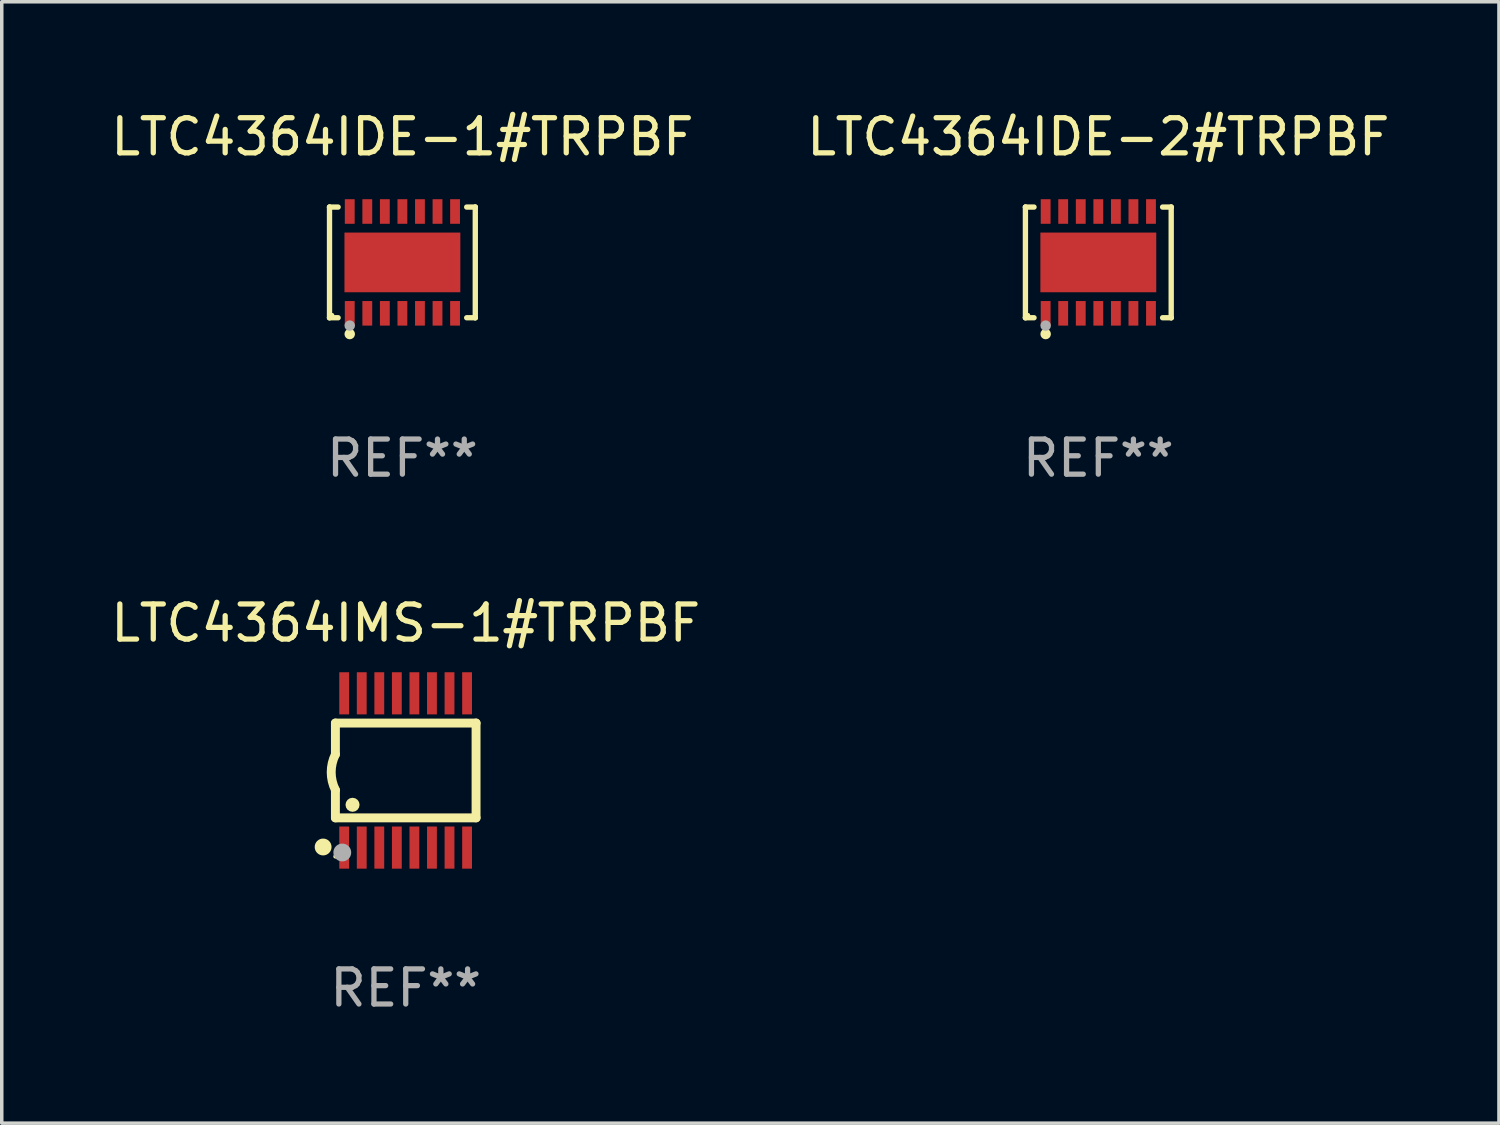
<source format=kicad_pcb>
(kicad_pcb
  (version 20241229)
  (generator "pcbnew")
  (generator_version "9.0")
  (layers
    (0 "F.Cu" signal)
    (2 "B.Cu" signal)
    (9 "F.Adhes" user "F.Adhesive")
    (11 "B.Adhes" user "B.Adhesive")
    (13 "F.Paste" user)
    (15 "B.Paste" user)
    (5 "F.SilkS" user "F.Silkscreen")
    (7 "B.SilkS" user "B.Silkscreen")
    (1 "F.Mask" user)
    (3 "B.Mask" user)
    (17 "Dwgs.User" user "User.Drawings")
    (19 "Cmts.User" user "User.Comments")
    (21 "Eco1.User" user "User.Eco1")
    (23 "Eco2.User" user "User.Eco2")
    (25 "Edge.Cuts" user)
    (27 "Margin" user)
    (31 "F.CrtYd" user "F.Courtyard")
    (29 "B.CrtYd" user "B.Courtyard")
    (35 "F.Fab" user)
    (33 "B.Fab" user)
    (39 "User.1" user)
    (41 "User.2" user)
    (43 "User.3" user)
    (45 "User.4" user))
  (footprint "LTC4364IMS-1#TRPBF"
    (layer "F.Cu")
    (at 8.506 18.894)
    (property "Reference" "LTC4364IMS-1#TRPBF" (at 0 -4.197 0) (layer "F.SilkS") (effects (font (size 1 1) (thickness 0.15))))
    (attr through_hole)
    (fp_line (start -2.003 -1.35) (end -2.003 -0.457) (stroke (width 0.254) (type solid)) (layer "F.SilkS"))
    (fp_line (start -2.003 -1.35) (end 2.003 -1.35) (stroke (width 0.254) (type solid)) (layer "F.SilkS"))
    (fp_line (start -2.003 1.35) (end -2.003 0.559) (stroke (width 0.254) (type solid)) (layer "F.SilkS"))
    (fp_line (start -2.003 1.35) (end 2.003 1.35) (stroke (width 0.254) (type solid)) (layer "F.SilkS"))
    (fp_line (start 2.003 -1.35) (end 2.003 1.35) (stroke (width 0.254) (type solid)) (layer "F.SilkS"))
    (fp_arc (start -2.002286 0.558802) (mid -2.122556 0.05092) (end -2.003302 -0.457201) (stroke (width 0.254001) (type solid)) (layer "F.SilkS"))
    (fp_circle (center -2.353 2.18) (end -2.233 2.18) (stroke (width 0.24) (type solid)) (fill no) (layer "F.SilkS"))
    (fp_circle (center -2.003 2.45) (end -1.973 2.45) (stroke (width 0.06) (type solid)) (fill no) (layer "F.SilkS"))
    (fp_circle (center -1.515 0.978) (end -1.415 0.978) (stroke (width 0.2) (type solid)) (fill no) (layer "F.SilkS"))
    (fp_circle (center -1.807 2.337) (end -1.68 2.337) (stroke (width 0.254) (type solid)) (fill no) (layer "F.Fab"))
    (fp_text user "REF**" (at 0 6.197 0) (layer "F.Fab") (effects (font (size 1 1) (thickness 0.15))))
    (pad "1" smd rect (at -1.753 2.197 90) (size 1.2 0.28) (layers "F.Cu" "F.Mask" "F.Paste"))
    (pad "2" smd rect (at -1.253 2.197 90) (size 1.2 0.28) (layers "F.Cu" "F.Mask" "F.Paste"))
    (pad "3" smd rect (at -0.753 2.197 90) (size 1.2 0.28) (layers "F.Cu" "F.Mask" "F.Paste"))
    (pad "4" smd rect (at -0.253 2.197 90) (size 1.2 0.28) (layers "F.Cu" "F.Mask" "F.Paste"))
    (pad "5" smd rect (at 0.247 2.197 90) (size 1.2 0.28) (layers "F.Cu" "F.Mask" "F.Paste"))
    (pad "6" smd rect (at 0.747 2.197 90) (size 1.2 0.28) (layers "F.Cu" "F.Mask" "F.Paste"))
    (pad "7" smd rect (at 1.247 2.197 90) (size 1.2 0.28) (layers "F.Cu" "F.Mask" "F.Paste"))
    (pad "8" smd rect (at 1.747 2.197 90) (size 1.2 0.28) (layers "F.Cu" "F.Mask" "F.Paste"))
    (pad "9" smd rect (at 1.747 -2.197 90) (size 1.2 0.28) (layers "F.Cu" "F.Mask" "F.Paste"))
    (pad "10" smd rect (at 1.247 -2.197 90) (size 1.2 0.28) (layers "F.Cu" "F.Mask" "F.Paste"))
    (pad "11" smd rect (at 0.747 -2.197 90) (size 1.2 0.28) (layers "F.Cu" "F.Mask" "F.Paste"))
    (pad "12" smd rect (at 0.247 -2.197 90) (size 1.2 0.28) (layers "F.Cu" "F.Mask" "F.Paste"))
    (pad "13" smd rect (at -0.253 -2.197 90) (size 1.2 0.28) (layers "F.Cu" "F.Mask" "F.Paste"))
    (pad "14" smd rect (at -0.753 -2.197 90) (size 1.2 0.28) (layers "F.Cu" "F.Mask" "F.Paste"))
    (pad "15" smd rect (at -1.253 -2.197 90) (size 1.2 0.28) (layers "F.Cu" "F.Mask" "F.Paste"))
    (pad "16" smd rect (at -1.753 -2.197 90) (size 1.2 0.28) (layers "F.Cu" "F.Mask" "F.Paste")))
  (footprint "LTC4364IDE-2#TRPBF"
    (layer "F.Cu")
    (at 28.232 4.424)
    (property "Reference" "LTC4364IDE-2#TRPBF" (at 0 -3.576 0) (layer "F.SilkS") (effects (font (size 1 1) (thickness 0.15))))
    (attr through_hole)
    (fp_line (start -2.076 -1.576) (end -2.076 -1.576) (stroke (width 0.152) (type solid)) (layer "F.SilkS"))
    (fp_line (start -2.076 -1.576) (end -1.831 -1.576) (stroke (width 0.152) (type solid)) (layer "F.SilkS"))
    (fp_line (start -2.076 1.576) (end -2.076 -1.576) (stroke (width 0.152) (type solid)) (layer "F.SilkS"))
    (fp_line (start -2.076 1.576) (end -2.076 1.576) (stroke (width 0.152) (type solid)) (layer "F.SilkS"))
    (fp_line (start -1.831 1.576) (end -2.076 1.576) (stroke (width 0.152) (type solid)) (layer "F.SilkS"))
    (fp_line (start 1.831 1.576) (end 2.076 1.576) (stroke (width 0.152) (type solid)) (layer "F.SilkS"))
    (fp_line (start 2.076 -1.576) (end 1.831 -1.576) (stroke (width 0.152) (type solid)) (layer "F.SilkS"))
    (fp_line (start 2.076 -1.576) (end 2.076 -1.576) (stroke (width 0.152) (type solid)) (layer "F.SilkS"))
    (fp_line (start 2.076 1.576) (end 2.076 -1.576) (stroke (width 0.152) (type solid)) (layer "F.SilkS"))
    (fp_line (start 2.076 1.576) (end 2.076 1.576) (stroke (width 0.152) (type solid)) (layer "F.SilkS"))
    (fp_circle (center -2 1.5) (end -1.97 1.5) (stroke (width 0.06) (type solid)) (fill no) (layer "F.SilkS"))
    (fp_circle (center -1.5 2.04) (end -1.425 2.04) (stroke (width 0.15) (type solid)) (fill no) (layer "F.SilkS"))
    (fp_circle (center -1.5 1.8) (end -1.425 1.8) (stroke (width 0.15) (type solid)) (fill no) (layer "F.Fab"))
    (fp_text user "REF**" (at 0 5.576 0) (layer "F.Fab") (effects (font (size 1 1) (thickness 0.15))))
    (pad "1" smd rect (at -1.5 1.45) (size 0.28 0.7) (layers "F.Cu" "F.Mask" "F.Paste"))
    (pad "2" smd rect (at -1 1.45) (size 0.28 0.7) (layers "F.Cu" "F.Mask" "F.Paste"))
    (pad "3" smd rect (at -0.5 1.45) (size 0.28 0.7) (layers "F.Cu" "F.Mask" "F.Paste"))
    (pad "4" smd rect (at 0 1.45) (size 0.28 0.7) (layers "F.Cu" "F.Mask" "F.Paste"))
    (pad "5" smd rect (at 0.5 1.45) (size 0.28 0.7) (layers "F.Cu" "F.Mask" "F.Paste"))
    (pad "6" smd rect (at 1 1.45) (size 0.28 0.7) (layers "F.Cu" "F.Mask" "F.Paste"))
    (pad "7" smd rect (at 1.5 1.45) (size 0.28 0.7) (layers "F.Cu" "F.Mask" "F.Paste"))
    (pad "8" smd rect (at 1.5 -1.45) (size 0.28 0.7) (layers "F.Cu" "F.Mask" "F.Paste"))
    (pad "9" smd rect (at 1 -1.45) (size 0.28 0.7) (layers "F.Cu" "F.Mask" "F.Paste"))
    (pad "10" smd rect (at 0.5 -1.45) (size 0.28 0.7) (layers "F.Cu" "F.Mask" "F.Paste"))
    (pad "11" smd rect (at 0 -1.45) (size 0.28 0.7) (layers "F.Cu" "F.Mask" "F.Paste"))
    (pad "12" smd rect (at -0.5 -1.45) (size 0.28 0.7) (layers "F.Cu" "F.Mask" "F.Paste"))
    (pad "13" smd rect (at -1 -1.45) (size 0.28 0.7) (layers "F.Cu" "F.Mask" "F.Paste"))
    (pad "14" smd rect (at -1.5 -1.45) (size 0.28 0.7) (layers "F.Cu" "F.Mask" "F.Paste"))
    (pad "15" smd rect (at 0 0) (size 3.3 1.7) (layers "F.Cu" "F.Mask" "F.Paste")))
  (footprint "LTC4364IDE-1#TRPBF"
    (layer "F.Cu")
    (at 8.411 4.424)
    (property "Reference" "LTC4364IDE-1#TRPBF" (at 0 -3.576 0) (layer "F.SilkS") (effects (font (size 1 1) (thickness 0.15))))
    (attr through_hole)
    (fp_line (start -2.076 -1.576) (end -2.076 -1.576) (stroke (width 0.152) (type solid)) (layer "F.SilkS"))
    (fp_line (start -2.076 -1.576) (end -1.831 -1.576) (stroke (width 0.152) (type solid)) (layer "F.SilkS"))
    (fp_line (start -2.076 1.576) (end -2.076 -1.576) (stroke (width 0.152) (type solid)) (layer "F.SilkS"))
    (fp_line (start -2.076 1.576) (end -2.076 1.576) (stroke (width 0.152) (type solid)) (layer "F.SilkS"))
    (fp_line (start -1.831 1.576) (end -2.076 1.576) (stroke (width 0.152) (type solid)) (layer "F.SilkS"))
    (fp_line (start 1.831 1.576) (end 2.076 1.576) (stroke (width 0.152) (type solid)) (layer "F.SilkS"))
    (fp_line (start 2.076 -1.576) (end 1.831 -1.576) (stroke (width 0.152) (type solid)) (layer "F.SilkS"))
    (fp_line (start 2.076 -1.576) (end 2.076 -1.576) (stroke (width 0.152) (type solid)) (layer "F.SilkS"))
    (fp_line (start 2.076 1.576) (end 2.076 -1.576) (stroke (width 0.152) (type solid)) (layer "F.SilkS"))
    (fp_line (start 2.076 1.576) (end 2.076 1.576) (stroke (width 0.152) (type solid)) (layer "F.SilkS"))
    (fp_circle (center -2 1.5) (end -1.97 1.5) (stroke (width 0.06) (type solid)) (fill no) (layer "F.SilkS"))
    (fp_circle (center -1.5 2.04) (end -1.425 2.04) (stroke (width 0.15) (type solid)) (fill no) (layer "F.SilkS"))
    (fp_circle (center -1.5 1.8) (end -1.425 1.8) (stroke (width 0.15) (type solid)) (fill no) (layer "F.Fab"))
    (fp_text user "REF**" (at 0 5.576 0) (layer "F.Fab") (effects (font (size 1 1) (thickness 0.15))))
    (pad "1" smd rect (at -1.5 1.45) (size 0.28 0.7) (layers "F.Cu" "F.Mask" "F.Paste"))
    (pad "2" smd rect (at -1 1.45) (size 0.28 0.7) (layers "F.Cu" "F.Mask" "F.Paste"))
    (pad "3" smd rect (at -0.5 1.45) (size 0.28 0.7) (layers "F.Cu" "F.Mask" "F.Paste"))
    (pad "4" smd rect (at 0 1.45) (size 0.28 0.7) (layers "F.Cu" "F.Mask" "F.Paste"))
    (pad "5" smd rect (at 0.5 1.45) (size 0.28 0.7) (layers "F.Cu" "F.Mask" "F.Paste"))
    (pad "6" smd rect (at 1 1.45) (size 0.28 0.7) (layers "F.Cu" "F.Mask" "F.Paste"))
    (pad "7" smd rect (at 1.5 1.45) (size 0.28 0.7) (layers "F.Cu" "F.Mask" "F.Paste"))
    (pad "8" smd rect (at 1.5 -1.45) (size 0.28 0.7) (layers "F.Cu" "F.Mask" "F.Paste"))
    (pad "9" smd rect (at 1 -1.45) (size 0.28 0.7) (layers "F.Cu" "F.Mask" "F.Paste"))
    (pad "10" smd rect (at 0.5 -1.45) (size 0.28 0.7) (layers "F.Cu" "F.Mask" "F.Paste"))
    (pad "11" smd rect (at 0 -1.45) (size 0.28 0.7) (layers "F.Cu" "F.Mask" "F.Paste"))
    (pad "12" smd rect (at -0.5 -1.45) (size 0.28 0.7) (layers "F.Cu" "F.Mask" "F.Paste"))
    (pad "13" smd rect (at -1 -1.45) (size 0.28 0.7) (layers "F.Cu" "F.Mask" "F.Paste"))
    (pad "14" smd rect (at -1.5 -1.45) (size 0.28 0.7) (layers "F.Cu" "F.Mask" "F.Paste"))
    (pad "15" smd rect (at 0 0) (size 3.3 1.7) (layers "F.Cu" "F.Mask" "F.Paste")))
  (gr_rect
    (start -3 -3)
    (end 39.643 28.94)
    (stroke (width 0.1) (type default))
    (fill no)
    (layer "Edge.Cuts")))
</source>
